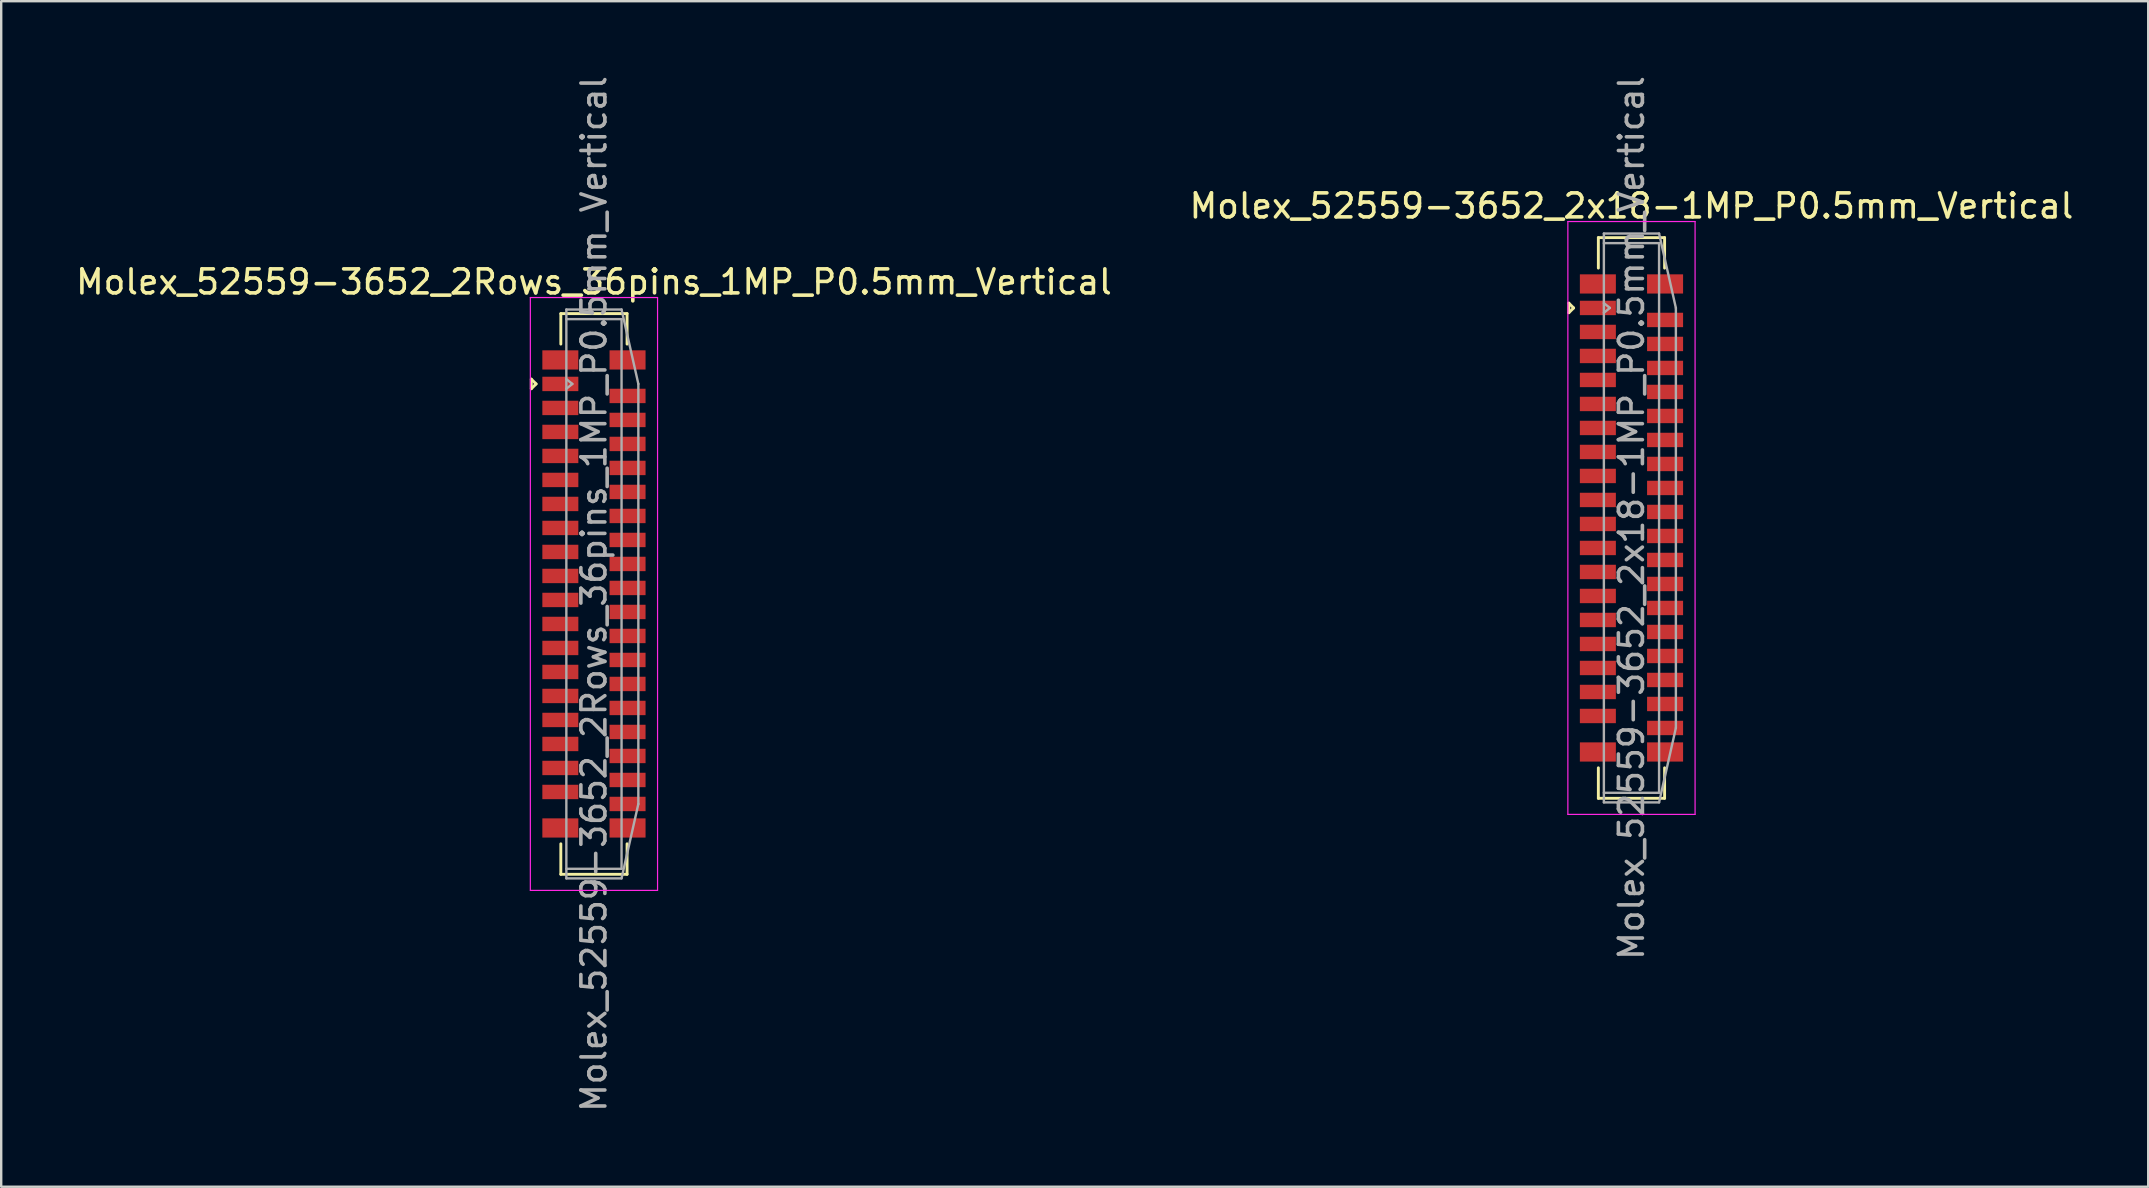
<source format=kicad_pcb>
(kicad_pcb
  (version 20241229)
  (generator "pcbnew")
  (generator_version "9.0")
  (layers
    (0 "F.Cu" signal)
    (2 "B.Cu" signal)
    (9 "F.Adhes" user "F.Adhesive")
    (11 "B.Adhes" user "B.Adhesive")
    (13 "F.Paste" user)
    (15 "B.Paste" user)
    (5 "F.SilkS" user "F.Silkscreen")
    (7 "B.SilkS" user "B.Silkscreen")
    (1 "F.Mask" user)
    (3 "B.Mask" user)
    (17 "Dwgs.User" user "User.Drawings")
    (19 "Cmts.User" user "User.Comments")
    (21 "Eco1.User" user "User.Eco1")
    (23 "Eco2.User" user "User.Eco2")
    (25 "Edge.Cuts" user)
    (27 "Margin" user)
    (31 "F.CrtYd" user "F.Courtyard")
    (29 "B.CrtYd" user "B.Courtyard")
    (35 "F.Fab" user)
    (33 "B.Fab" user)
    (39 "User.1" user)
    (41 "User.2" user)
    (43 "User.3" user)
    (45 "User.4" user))
  (footprint "Molex_52559-3652_2Rows_36pins_1MP_P0.5mm_Vertical"
    (layer "F.Cu")
    (at 21.696 21.696)
    (property "Reference" "Molex_52559-3652_2Rows_36pins_1MP_P0.5mm_Vertical" (at 0 -13 0) (layer "F.SilkS") (effects (font (size 1 1) (thickness 0.15))))
    (attr smd)
    (fp_line (start -2.61 -8.55) (end -2.61 -8.95) (stroke (width 0.12) (type solid)) (layer "F.SilkS"))
    (fp_line (start -2.41 -8.75) (end -2.61 -8.95) (stroke (width 0.12) (type solid)) (layer "F.SilkS"))
    (fp_line (start -2.41 -8.75) (end -2.61 -8.55) (stroke (width 0.12) (type solid)) (layer "F.SilkS"))
    (fp_line (start -1.38 -11.68) (end -1.38 -10.41) (stroke (width 0.12) (type solid)) (layer "F.SilkS"))
    (fp_line (start -1.38 11.68) (end -1.38 10.41) (stroke (width 0.12) (type solid)) (layer "F.SilkS"))
    (fp_line (start 1.38 -11.68) (end -1.38 -11.68) (stroke (width 0.12) (type solid)) (layer "F.SilkS"))
    (fp_line (start 1.38 -10.41) (end 1.38 -11.68) (stroke (width 0.12) (type solid)) (layer "F.SilkS"))
    (fp_line (start 1.38 11.68) (end -1.38 11.68) (stroke (width 0.12) (type solid)) (layer "F.SilkS"))
    (fp_line (start 1.38 11.68) (end 1.38 10.41) (stroke (width 0.12) (type solid)) (layer "F.SilkS"))
    (fp_line (start -2.65 -12.35) (end 2.65 -12.35) (stroke (width 0.05) (type solid)) (layer "F.CrtYd"))
    (fp_line (start -2.65 12.35) (end -2.65 -12.35) (stroke (width 0.05) (type solid)) (layer "F.CrtYd"))
    (fp_line (start 2.65 -12.35) (end 2.65 12.35) (stroke (width 0.05) (type solid)) (layer "F.CrtYd"))
    (fp_line (start 2.65 12.35) (end -2.65 12.35) (stroke (width 0.05) (type solid)) (layer "F.CrtYd"))
    (fp_line (start -1.15 -11.85) (end 1.15 -11.85) (stroke (width 0.1) (type solid)) (layer "F.Fab"))
    (fp_line (start -1.15 -11.45) (end 1.15 -11.45) (stroke (width 0.1) (type solid)) (layer "F.Fab"))
    (fp_line (start -1.15 -8.95) (end -0.9 -8.75) (stroke (width 0.1) (type solid)) (layer "F.Fab"))
    (fp_line (start -1.15 11.85) (end -1.15 -11.85) (stroke (width 0.1) (type solid)) (layer "F.Fab"))
    (fp_line (start -0.9 -8.75) (end -1.15 -8.55) (stroke (width 0.1) (type solid)) (layer "F.Fab"))
    (fp_line (start 1.15 -11.85) (end 1.85 -8.75) (stroke (width 0.1) (type solid)) (layer "F.Fab"))
    (fp_line (start 1.15 -11.45) (end 1.15 11.45) (stroke (width 0.1) (type solid)) (layer "F.Fab"))
    (fp_line (start 1.15 11.45) (end -1.15 11.45) (stroke (width 0.1) (type solid)) (layer "F.Fab"))
    (fp_line (start 1.15 11.85) (end -1.15 11.85) (stroke (width 0.1) (type solid)) (layer "F.Fab"))
    (fp_line (start 1.85 -8.75) (end 1.85 8.75) (stroke (width 0.1) (type solid)) (layer "F.Fab"))
    (fp_line (start 1.85 8.75) (end 1.15 11.85) (stroke (width 0.1) (type solid)) (layer "F.Fab"))
    (fp_text user "${REFERENCE}" (at 0 0 270) (layer "F.Fab") (effects (font (size 1 1) (thickness 0.15))))
    (pad "1" smd rect (at -1.4 -8.75 270) (size 0.6 1.5) (layers "F.Cu" "F.Mask" "F.Paste"))
    (pad "2" smd rect (at 1.4 -8.25 270) (size 0.6 1.5) (layers "F.Cu" "F.Mask" "F.Paste"))
    (pad "3" smd rect (at -1.4 -7.75 270) (size 0.6 1.5) (layers "F.Cu" "F.Mask" "F.Paste"))
    (pad "4" smd rect (at 1.4 -7.25 270) (size 0.6 1.5) (layers "F.Cu" "F.Mask" "F.Paste"))
    (pad "5" smd rect (at -1.4 -6.75 270) (size 0.6 1.5) (layers "F.Cu" "F.Mask" "F.Paste"))
    (pad "6" smd rect (at 1.4 -6.25 270) (size 0.6 1.5) (layers "F.Cu" "F.Mask" "F.Paste"))
    (pad "7" smd rect (at -1.4 -5.75 270) (size 0.6 1.5) (layers "F.Cu" "F.Mask" "F.Paste"))
    (pad "8" smd rect (at 1.4 -5.25 270) (size 0.6 1.5) (layers "F.Cu" "F.Mask" "F.Paste"))
    (pad "9" smd rect (at -1.4 -4.75 270) (size 0.6 1.5) (layers "F.Cu" "F.Mask" "F.Paste"))
    (pad "10" smd rect (at 1.4 -4.25 270) (size 0.6 1.5) (layers "F.Cu" "F.Mask" "F.Paste"))
    (pad "11" smd rect (at -1.4 -3.75 270) (size 0.6 1.5) (layers "F.Cu" "F.Mask" "F.Paste"))
    (pad "12" smd rect (at 1.4 -3.25 270) (size 0.6 1.5) (layers "F.Cu" "F.Mask" "F.Paste"))
    (pad "13" smd rect (at -1.4 -2.75 270) (size 0.6 1.5) (layers "F.Cu" "F.Mask" "F.Paste"))
    (pad "14" smd rect (at 1.4 -2.25 270) (size 0.6 1.5) (layers "F.Cu" "F.Mask" "F.Paste"))
    (pad "15" smd rect (at -1.4 -1.75 270) (size 0.6 1.5) (layers "F.Cu" "F.Mask" "F.Paste"))
    (pad "16" smd rect (at 1.4 -1.25 270) (size 0.6 1.5) (layers "F.Cu" "F.Mask" "F.Paste"))
    (pad "17" smd rect (at -1.4 -0.75 270) (size 0.6 1.5) (layers "F.Cu" "F.Mask" "F.Paste"))
    (pad "18" smd rect (at 1.4 -0.25 270) (size 0.6 1.5) (layers "F.Cu" "F.Mask" "F.Paste"))
    (pad "19" smd rect (at -1.4 0.25 270) (size 0.6 1.5) (layers "F.Cu" "F.Mask" "F.Paste"))
    (pad "20" smd rect (at 1.4 0.75 270) (size 0.6 1.5) (layers "F.Cu" "F.Mask" "F.Paste"))
    (pad "21" smd rect (at -1.4 1.25 270) (size 0.6 1.5) (layers "F.Cu" "F.Mask" "F.Paste"))
    (pad "22" smd rect (at 1.4 1.75 270) (size 0.6 1.5) (layers "F.Cu" "F.Mask" "F.Paste"))
    (pad "23" smd rect (at -1.4 2.25 270) (size 0.6 1.5) (layers "F.Cu" "F.Mask" "F.Paste"))
    (pad "24" smd rect (at 1.4 2.75 270) (size 0.6 1.5) (layers "F.Cu" "F.Mask" "F.Paste"))
    (pad "25" smd rect (at -1.4 3.25 270) (size 0.6 1.5) (layers "F.Cu" "F.Mask" "F.Paste"))
    (pad "26" smd rect (at 1.4 3.75 270) (size 0.6 1.5) (layers "F.Cu" "F.Mask" "F.Paste"))
    (pad "27" smd rect (at -1.4 4.25 270) (size 0.6 1.5) (layers "F.Cu" "F.Mask" "F.Paste"))
    (pad "28" smd rect (at 1.4 4.75 270) (size 0.6 1.5) (layers "F.Cu" "F.Mask" "F.Paste"))
    (pad "29" smd rect (at -1.4 5.25 270) (size 0.6 1.5) (layers "F.Cu" "F.Mask" "F.Paste"))
    (pad "30" smd rect (at 1.4 5.75 270) (size 0.6 1.5) (layers "F.Cu" "F.Mask" "F.Paste"))
    (pad "31" smd rect (at -1.4 6.25 270) (size 0.6 1.5) (layers "F.Cu" "F.Mask" "F.Paste"))
    (pad "32" smd rect (at 1.4 6.75 270) (size 0.6 1.5) (layers "F.Cu" "F.Mask" "F.Paste"))
    (pad "33" smd rect (at -1.4 7.25 270) (size 0.6 1.5) (layers "F.Cu" "F.Mask" "F.Paste"))
    (pad "34" smd rect (at 1.4 7.75 270) (size 0.6 1.5) (layers "F.Cu" "F.Mask" "F.Paste"))
    (pad "35" smd rect (at -1.4 8.25 270) (size 0.6 1.5) (layers "F.Cu" "F.Mask" "F.Paste"))
    (pad "36" smd rect (at 1.4 8.75 270) (size 0.6 1.5) (layers "F.Cu" "F.Mask" "F.Paste"))
    (pad "MP" smd rect (at -1.4 -9.75 270) (size 0.8 1.5) (layers "F.Cu" "F.Mask" "F.Paste"))
    (pad "MP" smd rect (at -1.4 9.75 270) (size 0.8 1.5) (layers "F.Cu" "F.Mask" "F.Paste"))
    (pad "MP" smd rect (at 1.4 -9.75 270) (size 0.8 1.5) (layers "F.Cu" "F.Mask" "F.Paste"))
    (pad "MP" smd rect (at 1.4 9.75 270) (size 0.8 1.5) (layers "F.Cu" "F.Mask" "F.Paste")))
  (footprint "Molex_52559-3652_2x18-1MP_P0.5mm_Vertical"
    (layer "F.Cu")
    (at 64.923 18.53)
    (property "Reference" "Molex_52559-3652_2x18-1MP_P0.5mm_Vertical" (at 0 -13 0) (layer "F.SilkS") (effects (font (size 1 1) (thickness 0.15))))
    (attr smd)
    (fp_line (start -2.61 -8.55) (end -2.61 -8.95) (stroke (width 0.12) (type solid)) (layer "F.SilkS"))
    (fp_line (start -2.41 -8.75) (end -2.61 -8.95) (stroke (width 0.12) (type solid)) (layer "F.SilkS"))
    (fp_line (start -2.41 -8.75) (end -2.61 -8.55) (stroke (width 0.12) (type solid)) (layer "F.SilkS"))
    (fp_line (start -1.38 -11.68) (end -1.38 -10.41) (stroke (width 0.12) (type solid)) (layer "F.SilkS"))
    (fp_line (start -1.38 11.68) (end -1.38 10.41) (stroke (width 0.12) (type solid)) (layer "F.SilkS"))
    (fp_line (start 1.38 -11.68) (end -1.38 -11.68) (stroke (width 0.12) (type solid)) (layer "F.SilkS"))
    (fp_line (start 1.38 -10.41) (end 1.38 -11.68) (stroke (width 0.12) (type solid)) (layer "F.SilkS"))
    (fp_line (start 1.38 11.68) (end -1.38 11.68) (stroke (width 0.12) (type solid)) (layer "F.SilkS"))
    (fp_line (start 1.38 11.68) (end 1.38 10.41) (stroke (width 0.12) (type solid)) (layer "F.SilkS"))
    (fp_line (start -2.65 -12.35) (end 2.65 -12.35) (stroke (width 0.05) (type solid)) (layer "F.CrtYd"))
    (fp_line (start -2.65 12.35) (end -2.65 -12.35) (stroke (width 0.05) (type solid)) (layer "F.CrtYd"))
    (fp_line (start 2.65 -12.35) (end 2.65 12.35) (stroke (width 0.05) (type solid)) (layer "F.CrtYd"))
    (fp_line (start 2.65 12.35) (end -2.65 12.35) (stroke (width 0.05) (type solid)) (layer "F.CrtYd"))
    (fp_line (start -1.15 -11.85) (end 1.15 -11.85) (stroke (width 0.1) (type solid)) (layer "F.Fab"))
    (fp_line (start -1.15 -11.45) (end 1.15 -11.45) (stroke (width 0.1) (type solid)) (layer "F.Fab"))
    (fp_line (start -1.15 -8.95) (end -0.9 -8.75) (stroke (width 0.1) (type solid)) (layer "F.Fab"))
    (fp_line (start -1.15 11.85) (end -1.15 -11.85) (stroke (width 0.1) (type solid)) (layer "F.Fab"))
    (fp_line (start -0.9 -8.75) (end -1.15 -8.55) (stroke (width 0.1) (type solid)) (layer "F.Fab"))
    (fp_line (start 1.15 -11.85) (end 1.85 -8.75) (stroke (width 0.1) (type solid)) (layer "F.Fab"))
    (fp_line (start 1.15 -11.45) (end 1.15 11.45) (stroke (width 0.1) (type solid)) (layer "F.Fab"))
    (fp_line (start 1.15 11.45) (end -1.15 11.45) (stroke (width 0.1) (type solid)) (layer "F.Fab"))
    (fp_line (start 1.15 11.85) (end -1.15 11.85) (stroke (width 0.1) (type solid)) (layer "F.Fab"))
    (fp_line (start 1.85 -8.75) (end 1.85 8.75) (stroke (width 0.1) (type solid)) (layer "F.Fab"))
    (fp_line (start 1.85 8.75) (end 1.15 11.85) (stroke (width 0.1) (type solid)) (layer "F.Fab"))
    (fp_text user "${REFERENCE}" (at 0 0 270) (layer "F.Fab") (effects (font (size 1 1) (thickness 0.15))))
    (pad "1" smd rect (at -1.4 -8.75 270) (size 0.6 1.5) (layers "F.Cu" "F.Mask" "F.Paste"))
    (pad "2" smd rect (at 1.4 -8.25 270) (size 0.6 1.5) (layers "F.Cu" "F.Mask" "F.Paste"))
    (pad "3" smd rect (at -1.4 -7.75 270) (size 0.6 1.5) (layers "F.Cu" "F.Mask" "F.Paste"))
    (pad "4" smd rect (at 1.4 -7.25 270) (size 0.6 1.5) (layers "F.Cu" "F.Mask" "F.Paste"))
    (pad "5" smd rect (at -1.4 -6.75 270) (size 0.6 1.5) (layers "F.Cu" "F.Mask" "F.Paste"))
    (pad "6" smd rect (at 1.4 -6.25 270) (size 0.6 1.5) (layers "F.Cu" "F.Mask" "F.Paste"))
    (pad "7" smd rect (at -1.4 -5.75 270) (size 0.6 1.5) (layers "F.Cu" "F.Mask" "F.Paste"))
    (pad "8" smd rect (at 1.4 -5.25 270) (size 0.6 1.5) (layers "F.Cu" "F.Mask" "F.Paste"))
    (pad "9" smd rect (at -1.4 -4.75 270) (size 0.6 1.5) (layers "F.Cu" "F.Mask" "F.Paste"))
    (pad "10" smd rect (at 1.4 -4.25 270) (size 0.6 1.5) (layers "F.Cu" "F.Mask" "F.Paste"))
    (pad "11" smd rect (at -1.4 -3.75 270) (size 0.6 1.5) (layers "F.Cu" "F.Mask" "F.Paste"))
    (pad "12" smd rect (at 1.4 -3.25 270) (size 0.6 1.5) (layers "F.Cu" "F.Mask" "F.Paste"))
    (pad "13" smd rect (at -1.4 -2.75 270) (size 0.6 1.5) (layers "F.Cu" "F.Mask" "F.Paste"))
    (pad "14" smd rect (at 1.4 -2.25 270) (size 0.6 1.5) (layers "F.Cu" "F.Mask" "F.Paste"))
    (pad "15" smd rect (at -1.4 -1.75 270) (size 0.6 1.5) (layers "F.Cu" "F.Mask" "F.Paste"))
    (pad "16" smd rect (at 1.4 -1.25 270) (size 0.6 1.5) (layers "F.Cu" "F.Mask" "F.Paste"))
    (pad "17" smd rect (at -1.4 -0.75 270) (size 0.6 1.5) (layers "F.Cu" "F.Mask" "F.Paste"))
    (pad "18" smd rect (at 1.4 -0.25 270) (size 0.6 1.5) (layers "F.Cu" "F.Mask" "F.Paste"))
    (pad "19" smd rect (at -1.4 0.25 270) (size 0.6 1.5) (layers "F.Cu" "F.Mask" "F.Paste"))
    (pad "20" smd rect (at 1.4 0.75 270) (size 0.6 1.5) (layers "F.Cu" "F.Mask" "F.Paste"))
    (pad "21" smd rect (at -1.4 1.25 270) (size 0.6 1.5) (layers "F.Cu" "F.Mask" "F.Paste"))
    (pad "22" smd rect (at 1.4 1.75 270) (size 0.6 1.5) (layers "F.Cu" "F.Mask" "F.Paste"))
    (pad "23" smd rect (at -1.4 2.25 270) (size 0.6 1.5) (layers "F.Cu" "F.Mask" "F.Paste"))
    (pad "24" smd rect (at 1.4 2.75 270) (size 0.6 1.5) (layers "F.Cu" "F.Mask" "F.Paste"))
    (pad "25" smd rect (at -1.4 3.25 270) (size 0.6 1.5) (layers "F.Cu" "F.Mask" "F.Paste"))
    (pad "26" smd rect (at 1.4 3.75 270) (size 0.6 1.5) (layers "F.Cu" "F.Mask" "F.Paste"))
    (pad "27" smd rect (at -1.4 4.25 270) (size 0.6 1.5) (layers "F.Cu" "F.Mask" "F.Paste"))
    (pad "28" smd rect (at 1.4 4.75 270) (size 0.6 1.5) (layers "F.Cu" "F.Mask" "F.Paste"))
    (pad "29" smd rect (at -1.4 5.25 270) (size 0.6 1.5) (layers "F.Cu" "F.Mask" "F.Paste"))
    (pad "30" smd rect (at 1.4 5.75 270) (size 0.6 1.5) (layers "F.Cu" "F.Mask" "F.Paste"))
    (pad "31" smd rect (at -1.4 6.25 270) (size 0.6 1.5) (layers "F.Cu" "F.Mask" "F.Paste"))
    (pad "32" smd rect (at 1.4 6.75 270) (size 0.6 1.5) (layers "F.Cu" "F.Mask" "F.Paste"))
    (pad "33" smd rect (at -1.4 7.25 270) (size 0.6 1.5) (layers "F.Cu" "F.Mask" "F.Paste"))
    (pad "34" smd rect (at 1.4 7.75 270) (size 0.6 1.5) (layers "F.Cu" "F.Mask" "F.Paste"))
    (pad "35" smd rect (at -1.4 8.25 270) (size 0.6 1.5) (layers "F.Cu" "F.Mask" "F.Paste"))
    (pad "36" smd rect (at 1.4 8.75 270) (size 0.6 1.5) (layers "F.Cu" "F.Mask" "F.Paste"))
    (pad "MP" smd rect (at -1.4 -9.75 270) (size 0.8 1.5) (layers "F.Cu" "F.Mask" "F.Paste"))
    (pad "MP" smd rect (at -1.4 9.75 270) (size 0.8 1.5) (layers "F.Cu" "F.Mask" "F.Paste"))
    (pad "MP" smd rect (at 1.4 -9.75 270) (size 0.8 1.5) (layers "F.Cu" "F.Mask" "F.Paste"))
    (pad "MP" smd rect (at 1.4 9.75 270) (size 0.8 1.5) (layers "F.Cu" "F.Mask" "F.Paste")))
  (gr_rect
    (start -3 -3)
    (end 86.452 46.393)
    (stroke (width 0.1) (type default))
    (fill no)
    (layer "Edge.Cuts")))
</source>
